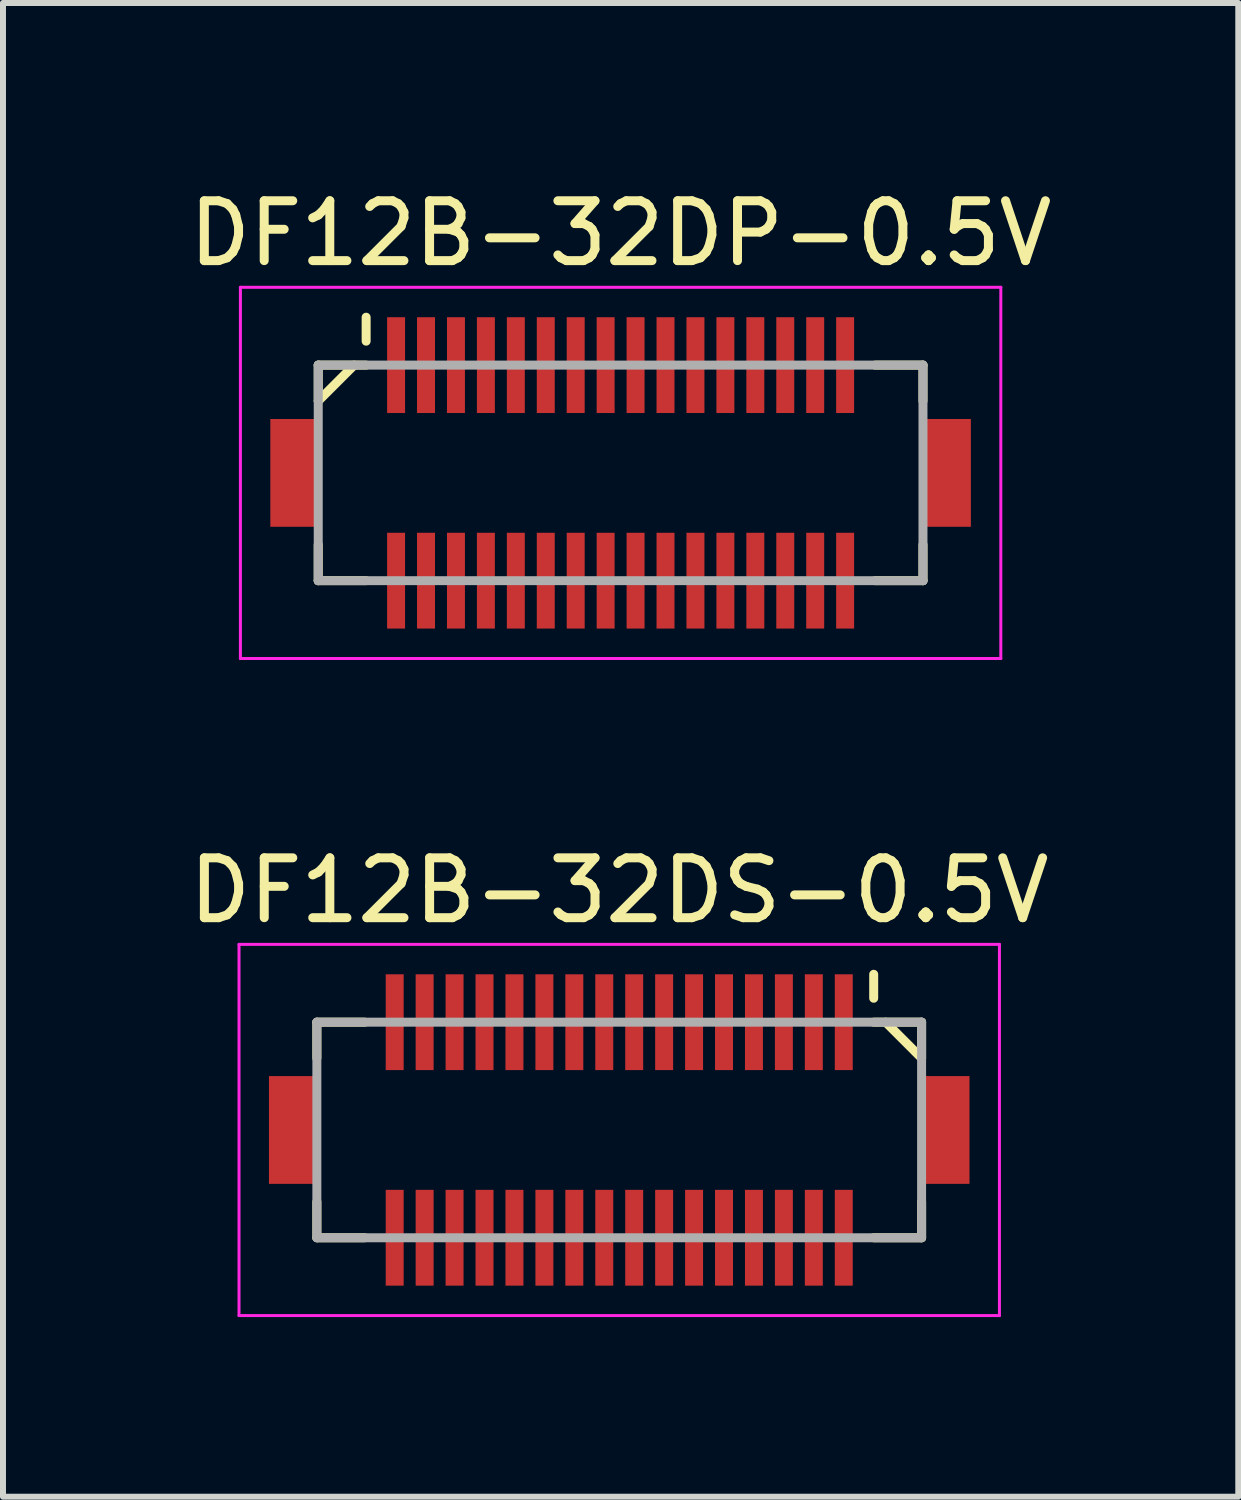
<source format=kicad_pcb>
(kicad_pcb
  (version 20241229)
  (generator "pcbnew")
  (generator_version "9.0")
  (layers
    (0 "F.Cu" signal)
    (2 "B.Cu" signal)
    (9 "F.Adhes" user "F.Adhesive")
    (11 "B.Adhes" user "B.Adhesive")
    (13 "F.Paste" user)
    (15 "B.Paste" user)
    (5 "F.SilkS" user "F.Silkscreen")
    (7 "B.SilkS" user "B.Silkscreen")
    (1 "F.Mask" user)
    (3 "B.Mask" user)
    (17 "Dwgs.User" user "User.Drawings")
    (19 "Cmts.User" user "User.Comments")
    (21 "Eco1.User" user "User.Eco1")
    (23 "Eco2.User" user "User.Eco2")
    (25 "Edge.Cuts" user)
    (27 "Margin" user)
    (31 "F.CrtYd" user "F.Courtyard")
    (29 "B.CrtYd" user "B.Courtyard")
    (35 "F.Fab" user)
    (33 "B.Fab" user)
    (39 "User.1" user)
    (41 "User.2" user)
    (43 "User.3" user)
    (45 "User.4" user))
  (footprint "DF12B-32DS-0.5V"
    (layer "F.Cu")
    (at 7.292 15.822)
    (property "Reference" "DF12B-32DS-0.5V" (at 0 -4 0) (layer "F.SilkS") (effects (font (size 1 1) (thickness 0.15))))
    (attr smd)
    (fp_line (start -5.05 -1.8) (end -5.05 -1.2) (stroke (width 0.15) (type solid)) (layer "F.SilkS"))
    (fp_line (start -5.05 -1.8) (end -4.25 -1.8) (stroke (width 0.15) (type solid)) (layer "F.SilkS"))
    (fp_line (start -5.05 1.2) (end -5.05 1.8) (stroke (width 0.15) (type solid)) (layer "F.SilkS"))
    (fp_line (start -5.05 1.8) (end -4.25 1.8) (stroke (width 0.15) (type solid)) (layer "F.SilkS"))
    (fp_line (start 4.25 -2.6) (end 4.25 -2.2) (stroke (width 0.15) (type solid)) (layer "F.SilkS"))
    (fp_line (start 4.25 -1.8) (end 5.05 -1.8) (stroke (width 0.15) (type solid)) (layer "F.SilkS"))
    (fp_line (start 4.25 1.8) (end 5.05 1.8) (stroke (width 0.15) (type solid)) (layer "F.SilkS"))
    (fp_line (start 4.45 -1.8) (end 5.05 -1.2) (stroke (width 0.15) (type solid)) (layer "F.SilkS"))
    (fp_line (start 5.05 -1.8) (end 5.05 -1.2) (stroke (width 0.15) (type solid)) (layer "F.SilkS"))
    (fp_line (start 5.05 1.2) (end 5.05 1.8) (stroke (width 0.15) (type solid)) (layer "F.SilkS"))
    (fp_line (start -6.35 -3.1) (end -6.35 3.1) (stroke (width 0.05) (type solid)) (layer "F.CrtYd"))
    (fp_line (start -6.35 -3.1) (end 6.35 -3.1) (stroke (width 0.05) (type solid)) (layer "F.CrtYd"))
    (fp_line (start -6.35 3.1) (end 6.35 3.1) (stroke (width 0.05) (type solid)) (layer "F.CrtYd"))
    (fp_line (start 6.35 -3.1) (end 6.35 3.1) (stroke (width 0.05) (type solid)) (layer "F.CrtYd"))
    (fp_line (start -5.05 -1.8) (end -5.05 1.8) (stroke (width 0.15) (type solid)) (layer "F.Fab"))
    (fp_line (start -5.05 -1.8) (end 5.05 -1.8) (stroke (width 0.15) (type solid)) (layer "F.Fab"))
    (fp_line (start -5.05 1.8) (end 5.05 1.8) (stroke (width 0.15) (type solid)) (layer "F.Fab"))
    (fp_line (start 5.05 -1.8) (end 5.05 1.8) (stroke (width 0.15) (type solid)) (layer "F.Fab"))
    (pad "1" smd rect (at 3.75 -1.8) (size 0.3 1.6) (layers "F.Cu" "F.Mask" "F.Paste"))
    (pad "2" smd rect (at 3.75 1.8) (size 0.3 1.6) (layers "F.Cu" "F.Mask" "F.Paste"))
    (pad "3" smd rect (at 3.25 -1.8) (size 0.3 1.6) (layers "F.Cu" "F.Mask" "F.Paste"))
    (pad "4" smd rect (at 3.25 1.8) (size 0.3 1.6) (layers "F.Cu" "F.Mask" "F.Paste"))
    (pad "5" smd rect (at 2.75 -1.8) (size 0.3 1.6) (layers "F.Cu" "F.Mask" "F.Paste"))
    (pad "6" smd rect (at 2.75 1.8) (size 0.3 1.6) (layers "F.Cu" "F.Mask" "F.Paste"))
    (pad "7" smd rect (at 2.25 -1.8) (size 0.3 1.6) (layers "F.Cu" "F.Mask" "F.Paste"))
    (pad "8" smd rect (at 2.25 1.8) (size 0.3 1.6) (layers "F.Cu" "F.Mask" "F.Paste"))
    (pad "9" smd rect (at 1.75 -1.8) (size 0.3 1.6) (layers "F.Cu" "F.Mask" "F.Paste"))
    (pad "10" smd rect (at 1.75 1.8) (size 0.3 1.6) (layers "F.Cu" "F.Mask" "F.Paste"))
    (pad "11" smd rect (at 1.25 -1.8) (size 0.3 1.6) (layers "F.Cu" "F.Mask" "F.Paste"))
    (pad "12" smd rect (at 1.25 1.8) (size 0.3 1.6) (layers "F.Cu" "F.Mask" "F.Paste"))
    (pad "13" smd rect (at 0.75 -1.8) (size 0.3 1.6) (layers "F.Cu" "F.Mask" "F.Paste"))
    (pad "14" smd rect (at 0.75 1.8) (size 0.3 1.6) (layers "F.Cu" "F.Mask" "F.Paste"))
    (pad "15" smd rect (at 0.25 -1.8) (size 0.3 1.6) (layers "F.Cu" "F.Mask" "F.Paste"))
    (pad "16" smd rect (at 0.25 1.8) (size 0.3 1.6) (layers "F.Cu" "F.Mask" "F.Paste"))
    (pad "17" smd rect (at -0.25 -1.8) (size 0.3 1.6) (layers "F.Cu" "F.Mask" "F.Paste"))
    (pad "18" smd rect (at -0.25 1.8) (size 0.3 1.6) (layers "F.Cu" "F.Mask" "F.Paste"))
    (pad "19" smd rect (at -0.75 -1.8) (size 0.3 1.6) (layers "F.Cu" "F.Mask" "F.Paste"))
    (pad "20" smd rect (at -0.75 1.8) (size 0.3 1.6) (layers "F.Cu" "F.Mask" "F.Paste"))
    (pad "21" smd rect (at -1.25 -1.8) (size 0.3 1.6) (layers "F.Cu" "F.Mask" "F.Paste"))
    (pad "22" smd rect (at -1.25 1.8) (size 0.3 1.6) (layers "F.Cu" "F.Mask" "F.Paste"))
    (pad "23" smd rect (at -1.75 -1.8) (size 0.3 1.6) (layers "F.Cu" "F.Mask" "F.Paste"))
    (pad "24" smd rect (at -1.75 1.8) (size 0.3 1.6) (layers "F.Cu" "F.Mask" "F.Paste"))
    (pad "25" smd rect (at -2.25 -1.8) (size 0.3 1.6) (layers "F.Cu" "F.Mask" "F.Paste"))
    (pad "26" smd rect (at -2.25 1.8) (size 0.3 1.6) (layers "F.Cu" "F.Mask" "F.Paste"))
    (pad "27" smd rect (at -2.75 -1.8) (size 0.3 1.6) (layers "F.Cu" "F.Mask" "F.Paste"))
    (pad "28" smd rect (at -2.75 1.8) (size 0.3 1.6) (layers "F.Cu" "F.Mask" "F.Paste"))
    (pad "29" smd rect (at -3.25 -1.8) (size 0.3 1.6) (layers "F.Cu" "F.Mask" "F.Paste"))
    (pad "30" smd rect (at -3.25 1.8) (size 0.3 1.6) (layers "F.Cu" "F.Mask" "F.Paste"))
    (pad "31" smd rect (at -3.75 -1.8) (size 0.3 1.6) (layers "F.Cu" "F.Mask" "F.Paste"))
    (pad "32" smd rect (at -3.75 1.8) (size 0.3 1.6) (layers "F.Cu" "F.Mask" "F.Paste"))
    (pad "S" smd rect (at -5.45 0) (size 0.8 1.8) (layers "F.Cu" "F.Mask" "F.Paste"))
    (pad "S" smd rect (at 5.45 0) (size 0.8 1.8) (layers "F.Cu" "F.Mask" "F.Paste")))
  (footprint "DF12B-32DP-0.5V"
    (layer "F.Cu")
    (at 7.315 4.848)
    (property "Reference" "DF12B-32DP-0.5V" (at 0 -4 0) (layer "F.SilkS") (effects (font (size 1 1) (thickness 0.15))))
    (attr smd)
    (fp_line (start -5.05 -1.8) (end -5.05 -1.2) (stroke (width 0.15) (type solid)) (layer "F.SilkS"))
    (fp_line (start -5.05 -1.8) (end -4.25 -1.8) (stroke (width 0.15) (type solid)) (layer "F.SilkS"))
    (fp_line (start -5.05 1.2) (end -5.05 1.8) (stroke (width 0.15) (type solid)) (layer "F.SilkS"))
    (fp_line (start -5.05 1.8) (end -4.25 1.8) (stroke (width 0.15) (type solid)) (layer "F.SilkS"))
    (fp_line (start -4.45 -1.8) (end -5.05 -1.2) (stroke (width 0.15) (type solid)) (layer "F.SilkS"))
    (fp_line (start -4.25 -2.6) (end -4.25 -2.2) (stroke (width 0.15) (type solid)) (layer "F.SilkS"))
    (fp_line (start 4.25 -1.8) (end 5.05 -1.8) (stroke (width 0.15) (type solid)) (layer "F.SilkS"))
    (fp_line (start 4.25 1.8) (end 5.05 1.8) (stroke (width 0.15) (type solid)) (layer "F.SilkS"))
    (fp_line (start 5.05 -1.8) (end 5.05 -1.2) (stroke (width 0.15) (type solid)) (layer "F.SilkS"))
    (fp_line (start 5.05 1.2) (end 5.05 1.8) (stroke (width 0.15) (type solid)) (layer "F.SilkS"))
    (fp_line (start -6.35 -3.1) (end -6.35 3.1) (stroke (width 0.05) (type solid)) (layer "F.CrtYd"))
    (fp_line (start -6.35 -3.1) (end 6.35 -3.1) (stroke (width 0.05) (type solid)) (layer "F.CrtYd"))
    (fp_line (start -6.35 3.1) (end 6.35 3.1) (stroke (width 0.05) (type solid)) (layer "F.CrtYd"))
    (fp_line (start 6.35 -3.1) (end 6.35 3.1) (stroke (width 0.05) (type solid)) (layer "F.CrtYd"))
    (fp_line (start -5.05 -1.8) (end -5.05 1.8) (stroke (width 0.15) (type solid)) (layer "F.Fab"))
    (fp_line (start -5.05 -1.8) (end 5.05 -1.8) (stroke (width 0.15) (type solid)) (layer "F.Fab"))
    (fp_line (start -5.05 1.8) (end 5.05 1.8) (stroke (width 0.15) (type solid)) (layer "F.Fab"))
    (fp_line (start 5.05 -1.8) (end 5.05 1.8) (stroke (width 0.15) (type solid)) (layer "F.Fab"))
    (pad "1" smd rect (at -3.75 -1.8) (size 0.3 1.6) (layers "F.Cu" "F.Mask" "F.Paste"))
    (pad "2" smd rect (at -3.75 1.8) (size 0.3 1.6) (layers "F.Cu" "F.Mask" "F.Paste"))
    (pad "3" smd rect (at -3.25 -1.8) (size 0.3 1.6) (layers "F.Cu" "F.Mask" "F.Paste"))
    (pad "4" smd rect (at -3.25 1.8) (size 0.3 1.6) (layers "F.Cu" "F.Mask" "F.Paste"))
    (pad "5" smd rect (at -2.75 -1.8) (size 0.3 1.6) (layers "F.Cu" "F.Mask" "F.Paste"))
    (pad "6" smd rect (at -2.75 1.8) (size 0.3 1.6) (layers "F.Cu" "F.Mask" "F.Paste"))
    (pad "7" smd rect (at -2.25 -1.8) (size 0.3 1.6) (layers "F.Cu" "F.Mask" "F.Paste"))
    (pad "8" smd rect (at -2.25 1.8) (size 0.3 1.6) (layers "F.Cu" "F.Mask" "F.Paste"))
    (pad "9" smd rect (at -1.75 -1.8) (size 0.3 1.6) (layers "F.Cu" "F.Mask" "F.Paste"))
    (pad "10" smd rect (at -1.75 1.8) (size 0.3 1.6) (layers "F.Cu" "F.Mask" "F.Paste"))
    (pad "11" smd rect (at -1.25 -1.8) (size 0.3 1.6) (layers "F.Cu" "F.Mask" "F.Paste"))
    (pad "12" smd rect (at -1.25 1.8) (size 0.3 1.6) (layers "F.Cu" "F.Mask" "F.Paste"))
    (pad "13" smd rect (at -0.75 -1.8) (size 0.3 1.6) (layers "F.Cu" "F.Mask" "F.Paste"))
    (pad "14" smd rect (at -0.75 1.8) (size 0.3 1.6) (layers "F.Cu" "F.Mask" "F.Paste"))
    (pad "15" smd rect (at -0.25 -1.8) (size 0.3 1.6) (layers "F.Cu" "F.Mask" "F.Paste"))
    (pad "16" smd rect (at -0.25 1.8) (size 0.3 1.6) (layers "F.Cu" "F.Mask" "F.Paste"))
    (pad "17" smd rect (at 0.25 -1.8) (size 0.3 1.6) (layers "F.Cu" "F.Mask" "F.Paste"))
    (pad "18" smd rect (at 0.25 1.8) (size 0.3 1.6) (layers "F.Cu" "F.Mask" "F.Paste"))
    (pad "19" smd rect (at 0.75 -1.8) (size 0.3 1.6) (layers "F.Cu" "F.Mask" "F.Paste"))
    (pad "20" smd rect (at 0.75 1.8) (size 0.3 1.6) (layers "F.Cu" "F.Mask" "F.Paste"))
    (pad "21" smd rect (at 1.25 -1.8) (size 0.3 1.6) (layers "F.Cu" "F.Mask" "F.Paste"))
    (pad "22" smd rect (at 1.25 1.8) (size 0.3 1.6) (layers "F.Cu" "F.Mask" "F.Paste"))
    (pad "23" smd rect (at 1.75 -1.8) (size 0.3 1.6) (layers "F.Cu" "F.Mask" "F.Paste"))
    (pad "24" smd rect (at 1.75 1.8) (size 0.3 1.6) (layers "F.Cu" "F.Mask" "F.Paste"))
    (pad "25" smd rect (at 2.25 -1.8) (size 0.3 1.6) (layers "F.Cu" "F.Mask" "F.Paste"))
    (pad "26" smd rect (at 2.25 1.8) (size 0.3 1.6) (layers "F.Cu" "F.Mask" "F.Paste"))
    (pad "27" smd rect (at 2.75 -1.8) (size 0.3 1.6) (layers "F.Cu" "F.Mask" "F.Paste"))
    (pad "28" smd rect (at 2.75 1.8) (size 0.3 1.6) (layers "F.Cu" "F.Mask" "F.Paste"))
    (pad "29" smd rect (at 3.25 -1.8) (size 0.3 1.6) (layers "F.Cu" "F.Mask" "F.Paste"))
    (pad "30" smd rect (at 3.25 1.8) (size 0.3 1.6) (layers "F.Cu" "F.Mask" "F.Paste"))
    (pad "31" smd rect (at 3.75 -1.8) (size 0.3 1.6) (layers "F.Cu" "F.Mask" "F.Paste"))
    (pad "32" smd rect (at 3.75 1.8) (size 0.3 1.6) (layers "F.Cu" "F.Mask" "F.Paste"))
    (pad "S" smd rect (at -5.45 0) (size 0.8 1.8) (layers "F.Cu" "F.Mask" "F.Paste"))
    (pad "S" smd rect (at 5.45 0) (size 0.8 1.8) (layers "F.Cu" "F.Mask" "F.Paste")))
  (gr_rect
    (start -3 -3)
    (end 17.631 21.947)
    (stroke (width 0.1) (type default))
    (fill no)
    (layer "Edge.Cuts")))
</source>
